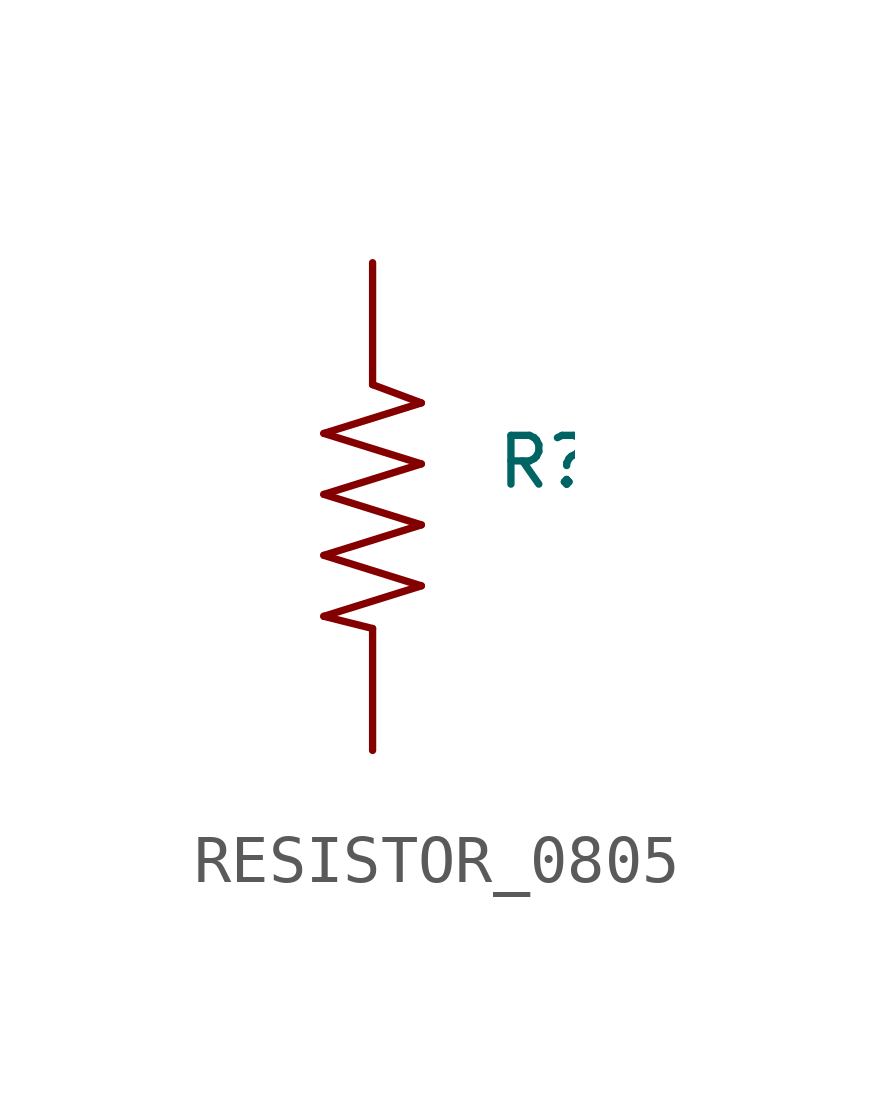
<source format=kicad_sym>
(kicad_symbol_lib
  (version 20241209)
  (generator "kicad_symbol_editor")
  (generator_version "9.0")
  (symbol "RESISTOR_0805"
    (property "Reference" "R"
      (at 2.54 1.524 0)
      (effects (font (size 1.016 1.016)) (justify left top)))
    (property "Value" ""
      (at 2.54 -1.524 0)
      (effects (font (size 1.016 1.016)) (justify left bottom)))
    (property "ki_locked" ""
      (at 0 0 0)
      (effects (font (size 1.27 1.27))))
    (symbol "RESISTOR_0805_1_0"
      (polyline (pts (xy -1.016 1.524) (xy 1.016 0.889)) (stroke (width 0.152) (type solid)) (fill (type none)))
      (polyline (pts (xy -1.016 0.254) (xy 1.016 -0.381)) (stroke (width 0.152) (type solid)) (fill (type none)))
      (polyline (pts (xy -1.016 -1.016) (xy 1.016 -1.651)) (stroke (width 0.152) (type solid)) (fill (type none)))
      (polyline (pts (xy -1.016 -2.286) (xy 0 -2.54)) (stroke (width 0.152) (type solid)) (fill (type none)))
      (polyline (pts (xy 0 2.54) (xy 1.016 2.159)) (stroke (width 0.152) (type solid)) (fill (type none)))
      (polyline (pts (xy 1.016 2.159) (xy -1.016 1.524)) (stroke (width 0.152) (type solid)) (fill (type none)))
      (polyline (pts (xy 1.016 0.889) (xy -1.016 0.254)) (stroke (width 0.152) (type solid)) (fill (type none)))
      (polyline (pts (xy 1.016 -0.381) (xy -1.016 -1.016)) (stroke (width 0.152) (type solid)) (fill (type none)))
      (polyline (pts (xy 1.016 -1.651) (xy -1.016 -2.286)) (stroke (width 0.152) (type solid)) (fill (type none)))
      (pin passive line (at 0 5.08 270) (length 2.54) (name "P$1" (effects (font (size 0 0)))) (number "P$1" (effects (font (size 0 0)))))
      (pin passive line (at 0 -5.08 90) (length 2.54) (name "P$2" (effects (font (size 0 0)))) (number "P$2" (effects (font (size 0 0))))))))
</source>
